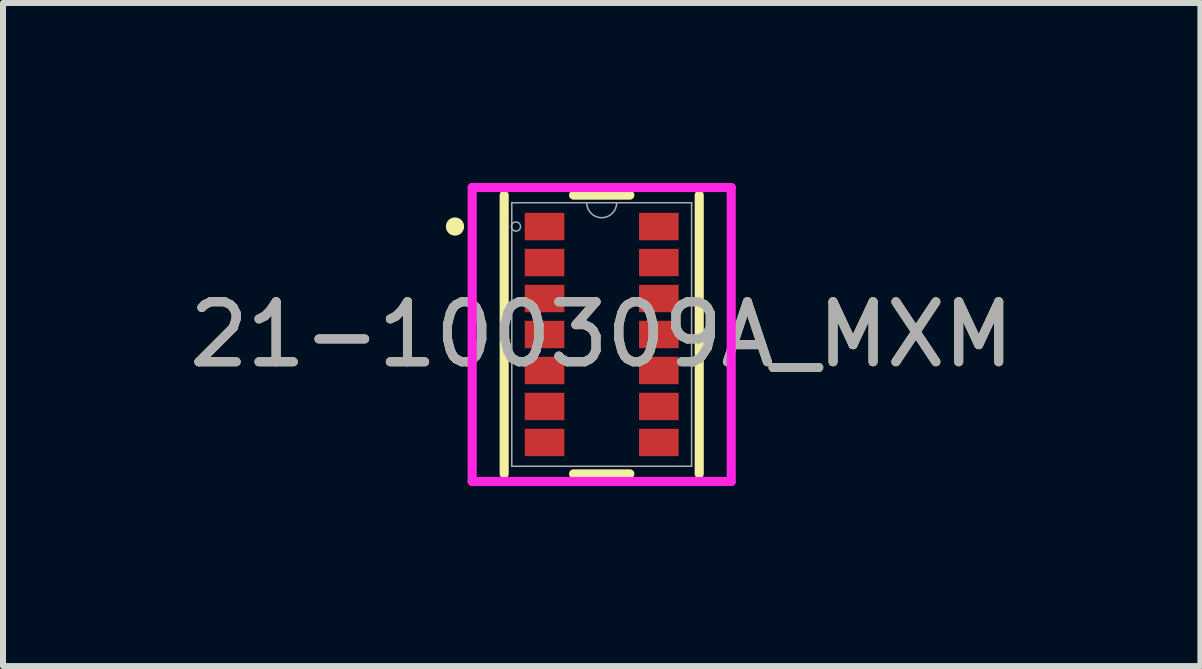
<source format=kicad_pcb>
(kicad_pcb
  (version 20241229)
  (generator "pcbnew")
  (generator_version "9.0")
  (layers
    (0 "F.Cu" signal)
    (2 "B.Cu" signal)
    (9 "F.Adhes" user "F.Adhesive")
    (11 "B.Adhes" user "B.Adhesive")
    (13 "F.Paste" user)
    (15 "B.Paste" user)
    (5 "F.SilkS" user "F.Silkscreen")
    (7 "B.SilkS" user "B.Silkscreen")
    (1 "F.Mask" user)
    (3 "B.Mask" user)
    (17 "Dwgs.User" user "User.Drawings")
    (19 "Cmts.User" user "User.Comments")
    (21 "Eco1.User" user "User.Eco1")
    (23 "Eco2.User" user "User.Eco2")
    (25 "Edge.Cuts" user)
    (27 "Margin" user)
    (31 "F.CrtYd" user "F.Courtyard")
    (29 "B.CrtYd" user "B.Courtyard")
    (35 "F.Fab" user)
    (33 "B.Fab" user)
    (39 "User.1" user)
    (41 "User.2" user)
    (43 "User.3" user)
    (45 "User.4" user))
  (footprint "21-100309A_MXM"
    (layer "F.Cu")
    (at 6.982 2.527)
    (property "Reference" "21-100309A_MXM" (at 0 0 0) (unlocked yes) (layer "F.SilkS") (effects (font (size 1 1) (thickness 0.15))))
    (attr smd)
    (fp_line (start -1.626 -2.324) (end -1.626 2.324) (stroke (width 0.152) (type solid)) (layer "F.SilkS"))
    (fp_line (start -0.469 2.324) (end 0.469 2.324) (stroke (width 0.152) (type solid)) (layer "F.SilkS"))
    (fp_line (start 0.469 -2.324) (end -0.469 -2.324) (stroke (width 0.152) (type solid)) (layer "F.SilkS"))
    (fp_line (start 1.626 2.324) (end 1.626 -2.324) (stroke (width 0.152) (type solid)) (layer "F.SilkS"))
    (fp_circle (center -2.446 -1.8) (end -2.37 -1.8) (stroke (width 0.152) (type solid)) (fill no) (layer "F.SilkS"))
    (fp_line (start -2.159 -2.451) (end 2.159 -2.451) (stroke (width 0.152) (type solid)) (layer "F.CrtYd"))
    (fp_line (start -2.159 2.451) (end -2.159 -2.451) (stroke (width 0.152) (type solid)) (layer "F.CrtYd"))
    (fp_line (start 2.159 -2.451) (end 2.159 2.451) (stroke (width 0.152) (type solid)) (layer "F.CrtYd"))
    (fp_line (start 2.159 2.451) (end -2.159 2.451) (stroke (width 0.152) (type solid)) (layer "F.CrtYd"))
    (fp_line (start -1.499 -2.197) (end -1.499 2.197) (stroke (width 0.025) (type solid)) (layer "F.Fab"))
    (fp_line (start -1.499 2.197) (end 1.499 2.197) (stroke (width 0.025) (type solid)) (layer "F.Fab"))
    (fp_line (start 1.499 -2.197) (end -1.499 -2.197) (stroke (width 0.025) (type solid)) (layer "F.Fab"))
    (fp_line (start 1.499 2.197) (end 1.499 -2.197) (stroke (width 0.025) (type solid)) (layer "F.Fab"))
    (fp_arc (start 0.249767 -2.1971) (mid 0 -1.947333) (end -0.249767 -2.1971) (stroke (width 0.0254) (type solid)) (layer "F.Fab"))
    (fp_circle (center -1.43 -1.8) (end -1.354 -1.8) (stroke (width 0.025) (type solid)) (fill no) (layer "F.Fab"))
    (fp_text user "${REFERENCE}" (at 0 0 0) (unlocked yes) (layer "F.Fab") (effects (font (size 1 1) (thickness 0.15))))
    (pad "1" smd rect (at -0.953 -1.8) (size 0.66 0.457) (layers "F.Cu" "F.Mask" "F.Paste"))
    (pad "2" smd rect (at -0.953 -1.2) (size 0.66 0.457) (layers "F.Cu" "F.Mask" "F.Paste"))
    (pad "3" smd rect (at -0.953 -0.6) (size 0.66 0.457) (layers "F.Cu" "F.Mask" "F.Paste"))
    (pad "4" smd rect (at -0.953 0) (size 0.66 0.457) (layers "F.Cu" "F.Mask" "F.Paste"))
    (pad "5" smd rect (at -0.953 0.6) (size 0.66 0.457) (layers "F.Cu" "F.Mask" "F.Paste"))
    (pad "6" smd rect (at -0.953 1.2) (size 0.66 0.457) (layers "F.Cu" "F.Mask" "F.Paste"))
    (pad "7" smd rect (at -0.953 1.8) (size 0.66 0.457) (layers "F.Cu" "F.Mask" "F.Paste"))
    (pad "8" smd rect (at 0.953 1.8) (size 0.66 0.457) (layers "F.Cu" "F.Mask" "F.Paste"))
    (pad "9" smd rect (at 0.953 1.2) (size 0.66 0.457) (layers "F.Cu" "F.Mask" "F.Paste"))
    (pad "10" smd rect (at 0.953 0.6) (size 0.66 0.457) (layers "F.Cu" "F.Mask" "F.Paste"))
    (pad "11" smd rect (at 0.953 0) (size 0.66 0.457) (layers "F.Cu" "F.Mask" "F.Paste"))
    (pad "12" smd rect (at 0.953 -0.6) (size 0.66 0.457) (layers "F.Cu" "F.Mask" "F.Paste"))
    (pad "13" smd rect (at 0.953 -1.2) (size 0.66 0.457) (layers "F.Cu" "F.Mask" "F.Paste"))
    (pad "14" smd rect (at 0.953 -1.8) (size 0.66 0.457) (layers "F.Cu" "F.Mask" "F.Paste")))
  (gr_rect
    (start -3 -3)
    (end 16.964 8.055)
    (stroke (width 0.1) (type default))
    (fill no)
    (layer "Edge.Cuts")))
</source>
